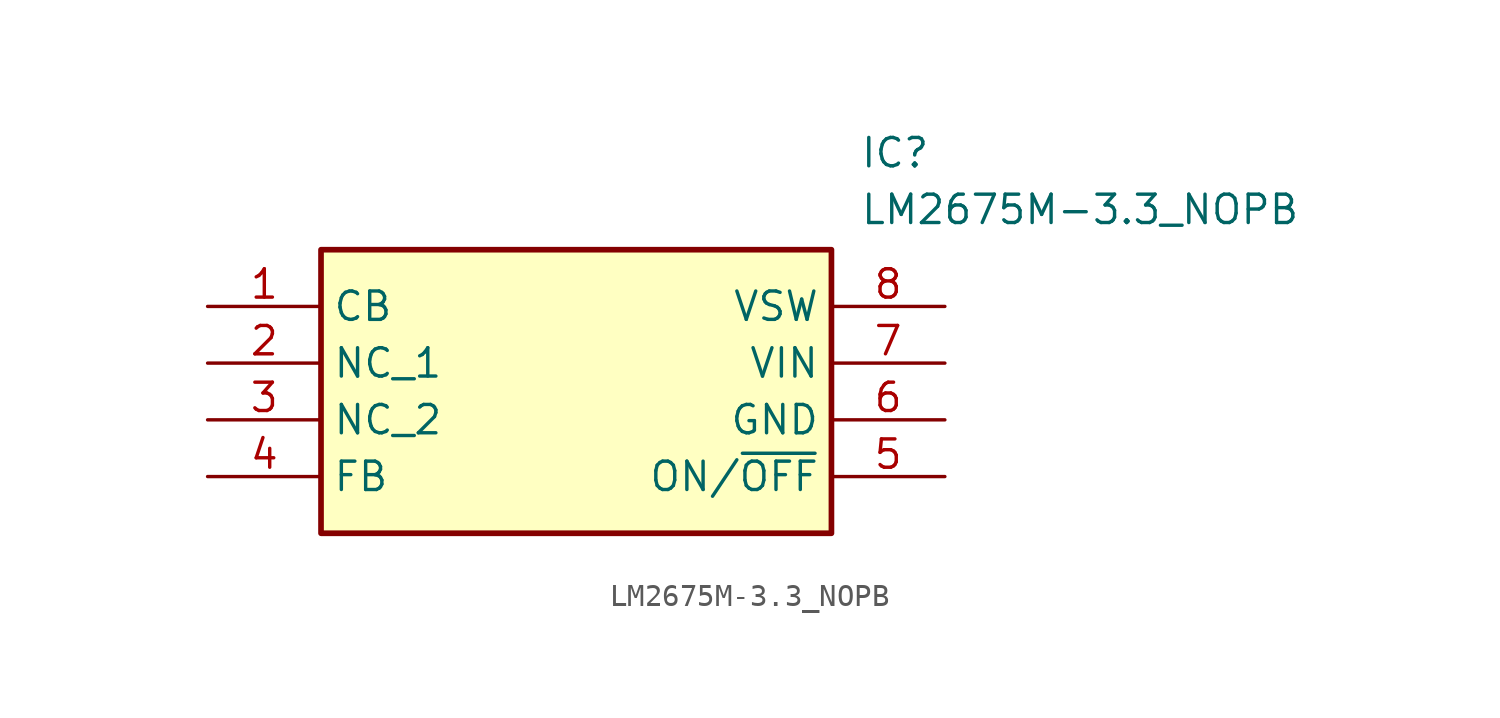
<source format=kicad_sym>
(kicad_symbol_lib
  (version 20211014)
  (generator SamacSys_ECAD_Model)
  (symbol "LM2675M-3.3_NOPB"
    (property "Reference" "IC"
      (at 29.21 7.62 0)
      (effects (font (size 1.27 1.27)) (justify left top)))
    (property "Value" "LM2675M-3.3_NOPB"
      (at 29.21 5.08 0)
      (effects (font (size 1.27 1.27)) (justify left top)))
    (rectangle
      (start 5.08 2.54)
      (end 27.94 -10.16)
      (stroke (width 0.254) (type default))
      (fill (type background)))
    (pin passive line
      (at 0 0 0)
      (length 5.08)
      (name "CB" (effects (font (size 1.27 1.27))))
      (number "1" (effects (font (size 1.27 1.27)))))
    (pin passive line
      (at 0 -2.54 0)
      (length 5.08)
      (name "NC_1" (effects (font (size 1.27 1.27))))
      (number "2" (effects (font (size 1.27 1.27)))))
    (pin passive line
      (at 0 -5.08 0)
      (length 5.08)
      (name "NC_2" (effects (font (size 1.27 1.27))))
      (number "3" (effects (font (size 1.27 1.27)))))
    (pin passive line
      (at 0 -7.62 0)
      (length 5.08)
      (name "FB" (effects (font (size 1.27 1.27))))
      (number "4" (effects (font (size 1.27 1.27)))))
    (pin passive line
      (at 33.02 0 180)
      (length 5.08)
      (name "VSW" (effects (font (size 1.27 1.27))))
      (number "8" (effects (font (size 1.27 1.27)))))
    (pin passive line
      (at 33.02 -2.54 180)
      (length 5.08)
      (name "VIN" (effects (font (size 1.27 1.27))))
      (number "7" (effects (font (size 1.27 1.27)))))
    (pin passive line
      (at 33.02 -5.08 180)
      (length 5.08)
      (name "GND" (effects (font (size 1.27 1.27))))
      (number "6" (effects (font (size 1.27 1.27)))))
    (pin passive line
      (at 33.02 -7.62 180)
      (length 5.08)
      (name "ON/~{OFF}" (effects (font (size 1.27 1.27))))
      (number "5" (effects (font (size 1.27 1.27)))))))
</source>
